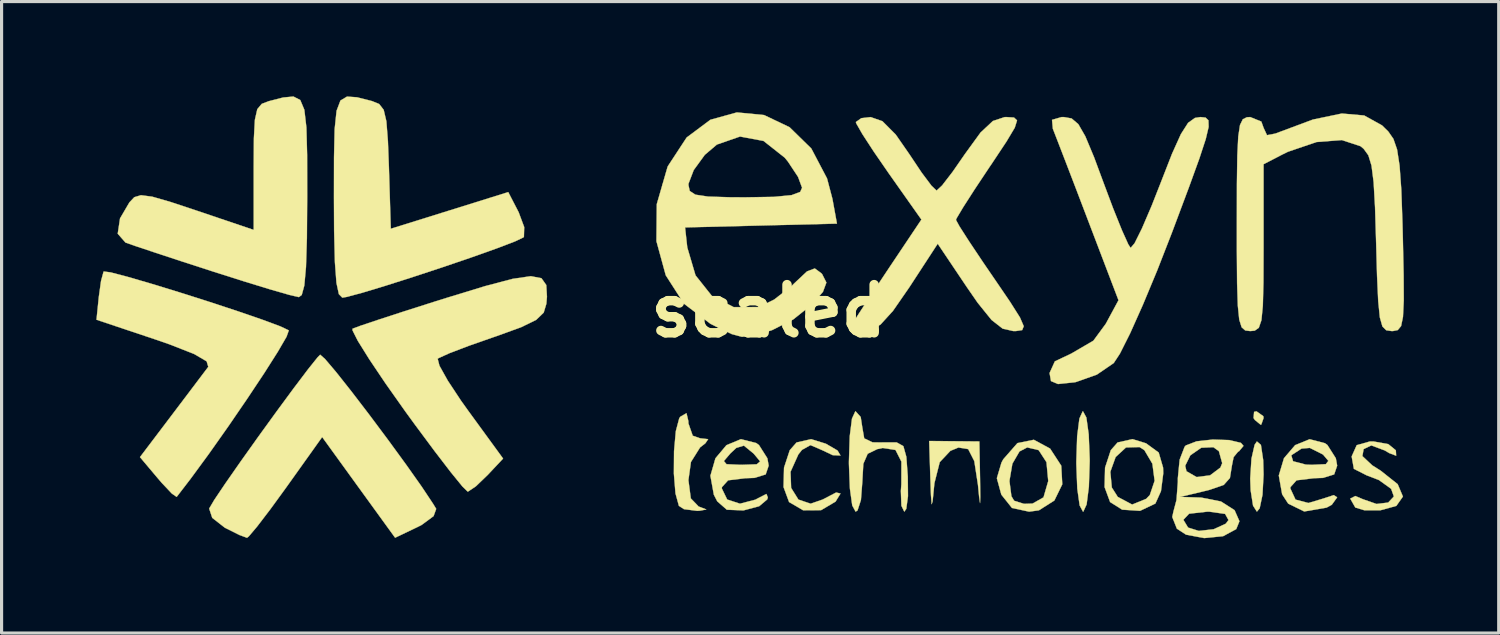
<source format=kicad_pcb>
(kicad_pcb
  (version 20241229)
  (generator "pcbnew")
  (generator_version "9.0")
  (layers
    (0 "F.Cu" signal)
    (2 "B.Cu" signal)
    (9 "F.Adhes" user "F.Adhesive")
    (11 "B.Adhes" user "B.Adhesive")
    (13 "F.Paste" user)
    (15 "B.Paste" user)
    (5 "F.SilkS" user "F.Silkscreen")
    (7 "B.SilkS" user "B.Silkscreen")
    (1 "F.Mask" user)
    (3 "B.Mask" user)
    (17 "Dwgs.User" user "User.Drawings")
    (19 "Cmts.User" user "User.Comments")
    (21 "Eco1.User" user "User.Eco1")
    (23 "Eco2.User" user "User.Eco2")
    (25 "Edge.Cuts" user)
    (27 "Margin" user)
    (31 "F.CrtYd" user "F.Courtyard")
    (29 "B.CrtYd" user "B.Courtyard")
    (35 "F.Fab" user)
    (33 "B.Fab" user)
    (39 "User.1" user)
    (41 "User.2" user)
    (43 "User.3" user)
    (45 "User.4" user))
  (footprint "scaled"
    (layer "F.Cu")
    (at 21.277 6.793)
    (property "Reference" "scaled" (at 0 0 0) (layer "F.SilkS") (effects (font (size 1.524 1.524) (thickness 0.3))))
    (attr through_hole)
    (fp_poly (pts (xy 15.655 3.329) (xy 15.663 3.387) (xy 15.591 3.593) (xy 15.57 3.598) (xy 15.389 3.45) (xy 15.346 3.387) (xy 15.363 3.192) (xy 15.439 3.175) (xy 15.655 3.329)) (stroke (width 0.01) (type solid)) (fill yes) (layer "F.SilkS"))
    (fp_poly (pts (xy 15.579 4.237) (xy 15.651 4.718) (xy 15.663 5.173) (xy 15.629 5.815) (xy 15.54 6.242) (xy 15.452 6.35) (xy 15.33 6.16) (xy 15.254 5.674) (xy 15.24 5.304) (xy 15.28 4.673) (xy 15.38 4.233) (xy 15.452 4.128) (xy 15.579 4.237)) (stroke (width 0.01) (type solid)) (fill yes) (layer "F.SilkS"))
    (fp_poly (pts (xy 10.055 3.372) (xy 10.129 3.905) (xy 10.16 4.688) (xy 10.16 4.763) (xy 10.134 5.562) (xy 10.063 6.12) (xy 9.958 6.349) (xy 9.948 6.35) (xy 9.842 6.153) (xy 9.767 5.62) (xy 9.737 4.837) (xy 9.737 4.763) (xy 9.763 3.963) (xy 9.834 3.405) (xy 9.938 3.176) (xy 9.948 3.175) (xy 10.055 3.372)) (stroke (width 0.01) (type solid)) (fill yes) (layer "F.SilkS"))
    (fp_poly (pts (xy 5.874 4.121) (xy 6.668 4.128) (xy 6.69 5.292) (xy 6.698 5.89) (xy 6.69 6.079) (xy 6.66 5.873) (xy 6.624 5.503) (xy 6.508 4.75) (xy 6.315 4.371) (xy 6.006 4.32) (xy 5.75 4.426) (xy 5.414 4.783) (xy 5.246 5.447) (xy 5.235 5.557) (xy 5.189 6.019) (xy 5.159 6.115) (xy 5.136 5.827) (xy 5.117 5.285) (xy 5.08 4.114) (xy 5.874 4.121)) (stroke (width 0.01) (type solid)) (fill yes) (layer "F.SilkS"))
    (fp_poly (pts (xy -2.541 3.486) (xy -2.54 3.556) (xy -2.403 3.947) (xy -2.17 4.028) (xy -1.915 4.056) (xy -2.004 4.187) (xy -2.17 4.316) (xy -2.46 4.778) (xy -2.54 5.352) (xy -2.464 5.931) (xy -2.214 6.19) (xy -2.17 6.204) (xy -1.973 6.281) (xy -2.179 6.32) (xy -2.263 6.325) (xy -2.681 6.271) (xy -2.841 6.166) (xy -2.949 5.773) (xy -3 5.145) (xy -2.995 4.436) (xy -2.938 3.801) (xy -2.83 3.394) (xy -2.797 3.347) (xy -2.601 3.234) (xy -2.541 3.486)) (stroke (width 0.01) (type solid)) (fill yes) (layer "F.SilkS"))
    (fp_poly (pts (xy 1.81 4.2) (xy 2.179 4.415) (xy 2.273 4.571) (xy 2.27 4.573) (xy 2.028 4.562) (xy 1.701 4.407) (xy 1.323 4.244) (xy 1.054 4.395) (xy 0.94 4.538) (xy 0.692 5.088) (xy 0.711 5.598) (xy 0.941 5.968) (xy 1.329 6.098) (xy 1.708 5.967) (xy 2.136 5.744) (xy 2.274 5.776) (xy 2.117 6.032) (xy 1.656 6.304) (xy 1.092 6.307) (xy 0.646 6.046) (xy 0.471 5.572) (xy 0.486 4.958) (xy 0.668 4.405) (xy 0.883 4.16) (xy 1.344 4.056) (xy 1.81 4.2)) (stroke (width 0.01) (type solid)) (fill yes) (layer "F.SilkS"))
    (fp_poly (pts (xy 8.906 4.353) (xy 9.26 4.896) (xy 9.292 5.485) (xy 9.042 5.997) (xy 8.552 6.308) (xy 8.243 6.35) (xy 7.7 6.233) (xy 7.368 5.817) (xy 7.361 5.801) (xy 7.245 5.377) (xy 7.62 5.377) (xy 7.683 5.863) (xy 7.77 6.006) (xy 8.081 6.103) (xy 8.352 6.094) (xy 8.698 5.898) (xy 8.847 5.386) (xy 8.848 5.379) (xy 8.792 4.784) (xy 8.545 4.403) (xy 8.183 4.317) (xy 7.938 4.445) (xy 7.713 4.832) (xy 7.62 5.377) (xy 7.245 5.377) (xy 7.222 5.291) (xy 7.368 4.798) (xy 7.426 4.691) (xy 7.873 4.181) (xy 8.392 4.075) (xy 8.906 4.353)) (stroke (width 0.01) (type solid)) (fill yes) (layer "F.SilkS"))
    (fp_poly (pts (xy 11.943 4.187) (xy 12.344 4.48) (xy 12.483 4.957) (xy 12.488 5.139) (xy 12.416 5.701) (xy 12.241 6.089) (xy 12.234 6.096) (xy 11.753 6.324) (xy 11.188 6.287) (xy 10.806 6.046) (xy 10.631 5.572) (xy 10.643 5.087) (xy 10.813 5.087) (xy 10.86 5.586) (xy 11.049 5.884) (xy 11.504 6.125) (xy 11.949 5.944) (xy 12.063 5.824) (xy 12.215 5.373) (xy 12.144 4.832) (xy 11.891 4.404) (xy 11.738 4.306) (xy 11.309 4.318) (xy 10.981 4.621) (xy 10.813 5.087) (xy 10.643 5.087) (xy 10.646 4.958) (xy 10.828 4.405) (xy 11.043 4.16) (xy 11.515 4.055) (xy 11.943 4.187)) (stroke (width 0.01) (type solid)) (fill yes) (layer "F.SilkS"))
    (fp_poly (pts (xy 19.61 4.213) (xy 19.849 4.408) (xy 19.859 4.58) (xy 19.636 4.495) (xy 19.502 4.414) (xy 19.073 4.254) (xy 18.83 4.369) (xy 18.79 4.591) (xy 19.1 4.883) (xy 19.369 5.053) (xy 19.908 5.481) (xy 20.073 5.872) (xy 19.864 6.168) (xy 19.358 6.307) (xy 18.857 6.307) (xy 18.566 6.219) (xy 18.406 5.937) (xy 18.568 5.855) (xy 18.81 5.958) (xy 19.239 6.107) (xy 19.607 6.062) (xy 19.787 5.87) (xy 19.7 5.627) (xy 19.312 5.349) (xy 18.922 5.199) (xy 18.521 4.995) (xy 18.452 4.609) (xy 18.454 4.596) (xy 18.611 4.246) (xy 19.023 4.13) (xy 19.138 4.128) (xy 19.61 4.213)) (stroke (width 0.01) (type solid)) (fill yes) (layer "F.SilkS"))
    (fp_poly (pts (xy 2.913 3.355) (xy 2.963 3.682) (xy 3.024 4.031) (xy 3.289 4.157) (xy 3.651 4.159) (xy 4.052 4.159) (xy 4.263 4.277) (xy 4.357 4.614) (xy 4.403 5.239) (xy 4.409 5.859) (xy 4.355 6.262) (xy 4.292 6.35) (xy 4.201 6.163) (xy 4.184 5.696) (xy 4.199 5.485) (xy 4.201 4.766) (xy 4.014 4.397) (xy 3.609 4.335) (xy 3.436 4.371) (xy 3.134 4.518) (xy 2.996 4.835) (xy 2.963 5.422) (xy 2.92 5.982) (xy 2.812 6.312) (xy 2.752 6.35) (xy 2.645 6.153) (xy 2.571 5.62) (xy 2.54 4.837) (xy 2.54 4.763) (xy 2.566 3.963) (xy 2.637 3.405) (xy 2.742 3.176) (xy 2.752 3.175) (xy 2.913 3.355)) (stroke (width 0.01) (type solid)) (fill yes) (layer "F.SilkS"))
    (fp_poly (pts (xy -13.029 -6.764) (xy -12.585 -6.652) (xy -12.549 -6.642) (xy -12.327 -6.551) (xy -12.184 -6.367) (xy -12.099 -6.004) (xy -12.05 -5.377) (xy -12.019 -4.56) (xy -11.959 -2.603) (xy -10.1 -3.183) (xy -8.242 -3.763) (xy -7.913 -3.127) (xy -7.737 -2.656) (xy -7.746 -2.348) (xy -7.761 -2.33) (xy -8.023 -2.205) (xy -8.596 -1.986) (xy -9.388 -1.704) (xy -10.305 -1.391) (xy -11.255 -1.078) (xy -12.143 -0.795) (xy -12.878 -0.573) (xy -13.365 -0.444) (xy -13.494 -0.423) (xy -13.602 -0.533) (xy -13.679 -0.891) (xy -13.728 -1.545) (xy -13.753 -2.539) (xy -13.758 -3.598) (xy -13.756 -4.86) (xy -13.736 -5.755) (xy -13.675 -6.337) (xy -13.552 -6.662) (xy -13.344 -6.786) (xy -13.029 -6.764)) (stroke (width 0.01) (type solid)) (fill yes) (layer "F.SilkS"))
    (fp_poly (pts (xy -14.04 1.519) (xy -13.694 1.927) (xy -13.21 2.538) (xy -12.643 3.278) (xy -12.047 4.076) (xy -11.475 4.86) (xy -10.981 5.559) (xy -10.62 6.102) (xy -10.522 6.262) (xy -10.605 6.491) (xy -10.981 6.769) (xy -11.106 6.833) (xy -11.822 7.175) (xy -12.977 5.582) (xy -14.131 3.988) (xy -15.268 5.582) (xy -15.774 6.277) (xy -16.189 6.82) (xy -16.453 7.132) (xy -16.51 7.177) (xy -16.751 7.088) (xy -17.189 6.869) (xy -17.215 6.855) (xy -17.61 6.546) (xy -17.707 6.253) (xy -17.705 6.249) (xy -17.546 5.979) (xy -17.195 5.457) (xy -16.711 4.763) (xy -16.15 3.975) (xy -15.569 3.173) (xy -15.025 2.435) (xy -14.575 1.84) (xy -14.276 1.467) (xy -14.194 1.383) (xy -14.04 1.519)) (stroke (width 0.01) (type solid)) (fill yes) (layer "F.SilkS"))
    (fp_poly (pts (xy -20.823 -1.222) (xy -20.291 -1.083) (xy -19.533 -0.862) (xy -18.639 -0.588) (xy -17.696 -0.288) (xy -16.792 0.01) (xy -16.014 0.278) (xy -15.45 0.488) (xy -15.188 0.613) (xy -15.187 0.614) (xy -15.259 0.815) (xy -15.534 1.288) (xy -15.964 1.965) (xy -16.502 2.774) (xy -17.1 3.648) (xy -17.713 4.516) (xy -18.294 5.308) (xy -18.736 5.883) (xy -18.888 5.778) (xy -19.207 5.44) (xy -19.341 5.284) (xy -19.897 4.624) (xy -18.908 3.318) (xy -18.41 2.66) (xy -18 2.117) (xy -17.754 1.792) (xy -17.735 1.767) (xy -17.787 1.592) (xy -18.186 1.359) (xy -18.961 1.055) (xy -19.412 0.899) (xy -21.273 0.276) (xy -21.2 -0.444) (xy -21.129 -0.954) (xy -21.051 -1.24) (xy -21.043 -1.251) (xy -20.823 -1.222)) (stroke (width 0.01) (type solid)) (fill yes) (layer "F.SilkS"))
    (fp_poly (pts (xy -14.824 -6.677) (xy -14.695 -6.369) (xy -14.63 -5.808) (xy -14.607 -4.939) (xy -14.605 -3.707) (xy -14.605 -3.598) (xy -14.614 -2.307) (xy -14.643 -1.392) (xy -14.696 -0.807) (xy -14.778 -0.507) (xy -14.87 -0.44) (xy -15.165 -0.509) (xy -15.774 -0.684) (xy -16.606 -0.939) (xy -17.568 -1.244) (xy -18.548 -1.562) (xy -19.402 -1.843) (xy -20.037 -2.055) (xy -20.356 -2.167) (xy -20.601 -2.447) (xy -20.528 -2.932) (xy -20.232 -3.437) (xy -20.077 -3.602) (xy -19.865 -3.665) (xy -19.508 -3.618) (xy -18.92 -3.448) (xy -18.129 -3.186) (xy -16.298 -2.567) (xy -16.298 -4.54) (xy -16.292 -5.465) (xy -16.26 -6.053) (xy -16.184 -6.388) (xy -16.043 -6.556) (xy -15.822 -6.64) (xy -15.366 -6.757) (xy -15.041 -6.788) (xy -14.824 -6.677)) (stroke (width 0.01) (type solid)) (fill yes) (layer "F.SilkS"))
    (fp_poly (pts (xy 17.606 4.184) (xy 17.684 4.242) (xy 17.95 4.661) (xy 17.992 4.894) (xy 17.898 5.171) (xy 17.545 5.281) (xy 17.251 5.292) (xy 16.707 5.358) (xy 16.513 5.574) (xy 16.51 5.616) (xy 16.674 5.969) (xy 17.083 6.076) (xy 17.552 5.936) (xy 17.885 5.826) (xy 17.992 5.897) (xy 17.822 6.132) (xy 17.657 6.222) (xy 16.95 6.344) (xy 16.443 6.096) (xy 16.251 5.801) (xy 16.145 5.206) (xy 16.309 4.658) (xy 16.388 4.566) (xy 16.539 4.566) (xy 16.597 4.755) (xy 17.002 4.861) (xy 17.19 4.868) (xy 17.632 4.847) (xy 17.714 4.743) (xy 17.545 4.543) (xy 17.126 4.332) (xy 16.865 4.354) (xy 16.539 4.566) (xy 16.388 4.566) (xy 16.662 4.245) (xy 17.121 4.058) (xy 17.606 4.184)) (stroke (width 0.01) (type solid)) (fill yes) (layer "F.SilkS"))
    (fp_poly (pts (xy -7.19 -1.037) (xy -7.038 -0.821) (xy -7.017 -0.451) (xy -7.036 -0.228) (xy -7.12 0.051) (xy -7.359 0.281) (xy -7.835 0.513) (xy -8.63 0.801) (xy -8.716 0.83) (xy -9.49 1.101) (xy -10.101 1.334) (xy -10.443 1.489) (xy -10.476 1.512) (xy -10.419 1.732) (xy -10.156 2.203) (xy -9.734 2.842) (xy -9.507 3.159) (xy -8.405 4.67) (xy -8.896 5.192) (xy -9.266 5.547) (xy -9.513 5.713) (xy -9.526 5.715) (xy -9.693 5.552) (xy -10.057 5.105) (xy -10.573 4.433) (xy -11.194 3.597) (xy -11.495 3.184) (xy -12.126 2.291) (xy -12.642 1.523) (xy -13.003 0.944) (xy -13.17 0.613) (xy -13.171 0.561) (xy -12.923 0.468) (xy -12.348 0.275) (xy -11.525 0.007) (xy -10.53 -0.31) (xy -10.184 -0.418) (xy -8.97 -0.789) (xy -8.102 -1.018) (xy -7.527 -1.102) (xy -7.19 -1.037)) (stroke (width 0.01) (type solid)) (fill yes) (layer "F.SilkS"))
    (fp_poly (pts (xy -0.393 4.179) (xy -0.307 4.242) (xy -0.041 4.661) (xy 0 4.894) (xy -0.094 5.171) (xy -0.447 5.281) (xy -0.741 5.292) (xy -1.284 5.358) (xy -1.479 5.574) (xy -1.482 5.616) (xy -1.313 5.966) (xy -0.908 6.098) (xy -0.414 5.969) (xy -0.372 5.944) (xy -0.071 5.79) (xy -0.027 5.9) (xy -0.046 5.963) (xy -0.301 6.178) (xy -0.789 6.308) (xy -0.809 6.31) (xy -1.324 6.289) (xy -1.627 6.023) (xy -1.735 5.814) (xy -1.844 5.214) (xy -1.709 4.748) (xy -1.418 4.748) (xy -1.334 4.848) (xy -0.893 4.868) (xy -0.847 4.868) (xy -0.378 4.851) (xy -0.27 4.759) (xy -0.461 4.529) (xy -0.484 4.505) (xy -0.784 4.26) (xy -1.025 4.332) (xy -1.21 4.505) (xy -1.418 4.748) (xy -1.709 4.748) (xy -1.685 4.662) (xy -1.336 4.246) (xy -0.878 4.056) (xy -0.393 4.179)) (stroke (width 0.01) (type solid)) (fill yes) (layer "F.SilkS"))
    (fp_poly (pts (xy 13.828 -6.121) (xy 13.918 -6.035) (xy 13.924 -5.826) (xy 13.833 -5.442) (xy 13.632 -4.83) (xy 13.308 -3.936) (xy 12.848 -2.708) (xy 12.765 -2.487) (xy 12.298 -1.289) (xy 11.845 -0.201) (xy 11.441 0.703) (xy 11.117 1.348) (xy 10.921 1.647) (xy 10.388 2.012) (xy 9.723 2.248) (xy 9.672 2.257) (xy 9.157 2.311) (xy 8.935 2.217) (xy 8.89 1.963) (xy 9.058 1.593) (xy 9.578 1.347) (xy 10.277 0.939) (xy 10.669 0.405) (xy 11.072 -0.341) (xy 10.108 -2.869) (xy 9.73 -3.86) (xy 9.396 -4.73) (xy 9.141 -5.391) (xy 9 -5.754) (xy 8.994 -5.768) (xy 8.968 -6.05) (xy 9.267 -6.137) (xy 9.344 -6.138) (xy 9.588 -6.094) (xy 9.8 -5.914) (xy 10.022 -5.528) (xy 10.299 -4.865) (xy 10.579 -4.11) (xy 10.9 -3.253) (xy 11.18 -2.557) (xy 11.381 -2.111) (xy 11.455 -1.996) (xy 11.581 -2.145) (xy 11.814 -2.614) (xy 12.12 -3.328) (xy 12.394 -4.024) (xy 12.767 -4.979) (xy 13.048 -5.601) (xy 13.275 -5.956) (xy 13.492 -6.111) (xy 13.668 -6.138) (xy 13.828 -6.121)) (stroke (width 0.01) (type solid)) (fill yes) (layer "F.SilkS"))
    (fp_poly (pts (xy 7.765 -6.123) (xy 7.861 -6.034) (xy 7.789 -5.803) (xy 7.526 -5.363) (xy 7.05 -4.646) (xy 6.991 -4.56) (xy 6.52 -3.852) (xy 6.156 -3.285) (xy 5.952 -2.943) (xy 5.927 -2.884) (xy 6.039 -2.679) (xy 6.342 -2.206) (xy 6.783 -1.546) (xy 7.105 -1.075) (xy 7.638 -0.294) (xy 7.953 0.204) (xy 8.073 0.482) (xy 8.023 0.604) (xy 7.825 0.634) (xy 7.744 0.635) (xy 7.406 0.558) (xy 7.054 0.283) (xy 6.617 -0.258) (xy 6.278 -0.748) (xy 5.35 -2.13) (xy 4.449 -0.748) (xy 3.933 -0.003) (xy 3.539 0.429) (xy 3.203 0.614) (xy 3.032 0.635) (xy 2.67 0.564) (xy 2.671 0.37) (xy 2.855 0.08) (xy 3.21 -0.46) (xy 3.668 -1.151) (xy 3.83 -1.394) (xy 4.834 -2.894) (xy 3.801 -4.357) (xy 3.328 -5.043) (xy 2.967 -5.597) (xy 2.776 -5.931) (xy 2.759 -5.98) (xy 2.932 -6.103) (xy 3.228 -6.137) (xy 3.6 -6.007) (xy 4.022 -5.583) (xy 4.445 -4.974) (xy 4.842 -4.38) (xy 5.157 -3.96) (xy 5.315 -3.811) (xy 5.488 -3.973) (xy 5.817 -4.399) (xy 6.216 -4.974) (xy 6.707 -5.65) (xy 7.097 -6.014) (xy 7.465 -6.136) (xy 7.523 -6.138) (xy 7.765 -6.123)) (stroke (width 0.01) (type solid)) (fill yes) (layer "F.SilkS"))
    (fp_poly (pts (xy 14.576 4.085) (xy 14.945 4.172) (xy 15.028 4.268) (xy 14.881 4.444) (xy 14.862 4.445) (xy 14.715 4.624) (xy 14.661 4.892) (xy 14.598 5.284) (xy 14.403 5.504) (xy 13.955 5.659) (xy 13.716 5.718) (xy 13.018 5.883) (xy 13.69 5.905) (xy 14.314 6.028) (xy 14.745 6.303) (xy 14.899 6.653) (xy 14.798 6.902) (xy 14.381 7.127) (xy 13.783 7.186) (xy 13.209 7.078) (xy 12.919 6.888) (xy 12.808 6.607) (xy 13.124 6.607) (xy 13.274 6.854) (xy 13.614 6.96) (xy 14.086 6.906) (xy 14.467 6.731) (xy 14.553 6.615) (xy 14.445 6.421) (xy 13.942 6.35) (xy 13.882 6.35) (xy 13.306 6.415) (xy 13.124 6.607) (xy 12.808 6.607) (xy 12.773 6.519) (xy 12.812 6.34) (xy 12.907 5.982) (xy 12.95 5.41) (xy 12.95 5.287) (xy 12.988 4.898) (xy 13.182 4.898) (xy 13.224 5.072) (xy 13.543 5.255) (xy 13.969 5.201) (xy 14.297 4.955) (xy 14.354 4.815) (xy 14.249 4.436) (xy 14.075 4.31) (xy 13.691 4.327) (xy 13.345 4.567) (xy 13.182 4.898) (xy 12.988 4.898) (xy 13.008 4.703) (xy 13.164 4.297) (xy 13.205 4.253) (xy 13.545 4.124) (xy 14.055 4.068) (xy 14.576 4.085)) (stroke (width 0.01) (type solid)) (fill yes) (layer "F.SilkS"))
    (fp_poly (pts (xy 18.848 -6.188) (xy 19.412 -5.875) (xy 19.61 -5.681) (xy 19.772 -5.448) (xy 19.888 -5.112) (xy 19.967 -4.601) (xy 20.022 -3.839) (xy 20.06 -2.753) (xy 20.071 -2.307) (xy 20.096 -1.14) (xy 20.1 -0.331) (xy 20.075 0.186) (xy 20.015 0.476) (xy 19.91 0.603) (xy 19.754 0.635) (xy 19.718 0.635) (xy 19.545 0.609) (xy 19.424 0.488) (xy 19.343 0.203) (xy 19.291 -0.312) (xy 19.254 -1.124) (xy 19.226 -2.134) (xy 19.191 -3.28) (xy 19.146 -4.078) (xy 19.079 -4.603) (xy 18.979 -4.929) (xy 18.832 -5.132) (xy 18.733 -5.215) (xy 18.142 -5.41) (xy 17.338 -5.348) (xy 16.432 -5.039) (xy 16.253 -4.951) (xy 15.663 -4.646) (xy 15.663 -2.005) (xy 15.659 -0.909) (xy 15.64 -0.166) (xy 15.595 0.29) (xy 15.513 0.53) (xy 15.383 0.622) (xy 15.24 0.635) (xy 15.082 0.615) (xy 14.969 0.515) (xy 14.893 0.274) (xy 14.848 -0.169) (xy 14.825 -0.875) (xy 14.817 -1.904) (xy 14.817 -2.752) (xy 14.819 -4.018) (xy 14.832 -4.922) (xy 14.862 -5.524) (xy 14.917 -5.886) (xy 15.005 -6.068) (xy 15.134 -6.132) (xy 15.24 -6.138) (xy 15.592 -5.996) (xy 15.663 -5.798) (xy 15.771 -5.565) (xy 16.034 -5.615) (xy 17.224 -6.059) (xy 18.14 -6.25) (xy 18.848 -6.188)) (stroke (width 0.01) (type solid)) (fill yes) (layer "F.SilkS"))
    (fp_poly (pts (xy -0.146 -6.202) (xy 0.661 -5.817) (xy 1.349 -5.144) (xy 1.847 -4.197) (xy 2.017 -3.553) (xy 2.161 -2.766) (xy -0.242 -2.706) (xy -2.646 -2.646) (xy -2.576 -2.011) (xy -2.315 -1.129) (xy -1.799 -0.479) (xy -1.106 -0.123) (xy -0.311 -0.126) (xy -0.306 -0.128) (xy 0.174 -0.362) (xy 0.709 -0.777) (xy 0.811 -0.876) (xy 1.214 -1.254) (xy 1.46 -1.347) (xy 1.667 -1.195) (xy 1.694 -1.164) (xy 1.827 -0.901) (xy 1.718 -0.607) (xy 1.367 -0.203) (xy 0.773 0.27) (xy 0.103 0.607) (xy 0.012 0.635) (xy -0.509 0.778) (xy -0.845 0.817) (xy -1.169 0.73) (xy -1.657 0.498) (xy -1.841 0.406) (xy -2.679 -0.23) (xy -3.257 -1.131) (xy -3.552 -2.21) (xy -3.541 -3.382) (xy -3.365 -3.991) (xy -2.54 -3.991) (xy -2.498 -3.799) (xy -2.319 -3.682) (xy -1.92 -3.622) (xy -1.22 -3.6) (xy -0.741 -3.598) (xy 0.169 -3.613) (xy 0.725 -3.667) (xy 0.998 -3.769) (xy 1.058 -3.9) (xy 0.93 -4.245) (xy 0.612 -4.726) (xy 0.51 -4.852) (xy -0.163 -5.383) (xy -0.907 -5.522) (xy -1.639 -5.268) (xy -2.021 -4.943) (xy -2.372 -4.461) (xy -2.538 -4.028) (xy -2.54 -3.991) (xy -3.365 -3.991) (xy -3.201 -4.558) (xy -3.188 -4.587) (xy -2.595 -5.492) (xy -1.844 -6.053) (xy -1.005 -6.285) (xy -0.146 -6.202)) (stroke (width 0.01) (type solid)) (fill yes) (layer "F.SilkS")))
  (gr_rect
    (start -3 -3)
    (end 44.382 16.984)
    (stroke (width 0.1) (type default))
    (fill no)
    (layer "Edge.Cuts")))
</source>
